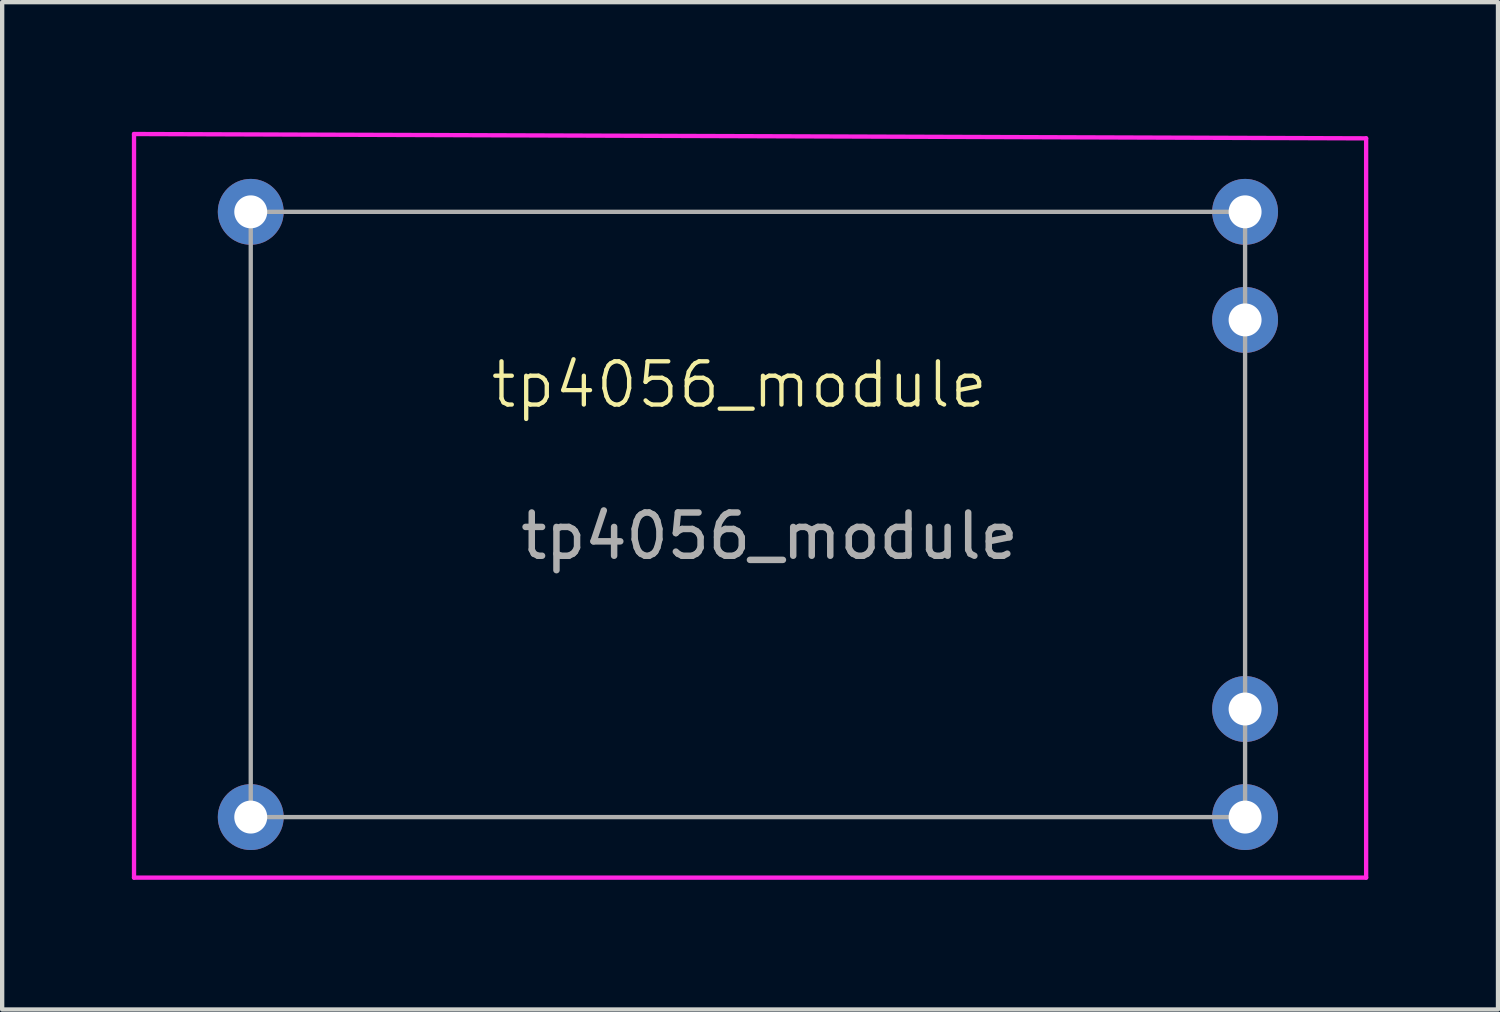
<source format=kicad_pcb>
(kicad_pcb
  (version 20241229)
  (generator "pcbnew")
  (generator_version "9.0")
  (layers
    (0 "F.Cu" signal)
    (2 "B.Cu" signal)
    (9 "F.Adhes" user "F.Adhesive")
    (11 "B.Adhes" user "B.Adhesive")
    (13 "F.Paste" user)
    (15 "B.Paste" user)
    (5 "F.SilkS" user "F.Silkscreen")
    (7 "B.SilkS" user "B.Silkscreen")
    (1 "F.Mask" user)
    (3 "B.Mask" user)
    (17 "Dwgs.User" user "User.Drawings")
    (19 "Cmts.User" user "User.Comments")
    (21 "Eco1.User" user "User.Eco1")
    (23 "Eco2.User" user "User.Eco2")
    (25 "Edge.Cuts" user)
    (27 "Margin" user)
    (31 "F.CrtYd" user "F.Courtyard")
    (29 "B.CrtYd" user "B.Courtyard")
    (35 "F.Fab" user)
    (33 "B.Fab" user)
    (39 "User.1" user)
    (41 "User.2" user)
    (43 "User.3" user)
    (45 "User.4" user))
  (footprint "tp4056_module"
    (layer "F.Cu")
    (at 13.95 6.75)
    (property "Reference" "tp4056_module" (at 0.1 -0.9 0) (unlocked yes) (layer "F.SilkS") (effects (font (size 1 1) (thickness 0.1))))
    (attr through_hole)
    (fp_line (start -13.9 -6.7) (end -13.9 10.5) (stroke (width 0.1) (type default)) (layer "F.CrtYd"))
    (fp_line (start -13.9 -6.7) (end 14.6 -6.6) (stroke (width 0.1) (type default)) (layer "F.CrtYd"))
    (fp_line (start 14.6 -6.6) (end 14.6 10.5) (stroke (width 0.1) (type default)) (layer "F.CrtYd"))
    (fp_line (start 14.6 10.5) (end -13.9 10.5) (stroke (width 0.1) (type default)) (layer "F.CrtYd"))
    (fp_rect (start -11.2 -4.9) (end 11.8 9.1) (stroke (width 0.1) (type default)) (fill no) (layer "F.Fab"))
    (fp_text user "${REFERENCE}" (at 0.8 2.6 0) (unlocked yes) (layer "F.Fab") (effects (font (size 1 1) (thickness 0.15))))
    (pad "1" thru_hole circle (at -11.2 -4.9) (size 1.524 1.524) (drill 0.762) (layers "*.Cu" "*.Mask"))
    (pad "2" thru_hole circle (at -11.2 9.1) (size 1.524 1.524) (drill 0.762) (layers "*.Cu" "*.Mask"))
    (pad "3" thru_hole circle (at 11.8 -4.9) (size 1.524 1.524) (drill 0.762) (layers "*.Cu" "*.Mask"))
    (pad "4" thru_hole circle (at 11.8 -2.4) (size 1.524 1.524) (drill 0.762) (layers "*.Cu" "*.Mask"))
    (pad "5" thru_hole circle (at 11.8 6.6) (size 1.524 1.524) (drill 0.762) (layers "*.Cu" "*.Mask"))
    (pad "6" thru_hole circle (at 11.8 9.1) (size 1.524 1.524) (drill 0.762) (layers "*.Cu" "*.Mask")))
  (gr_rect
    (start -3 -3)
    (end 31.6 20.3)
    (stroke (width 0.1) (type default))
    (fill no)
    (layer "Edge.Cuts")))
</source>
